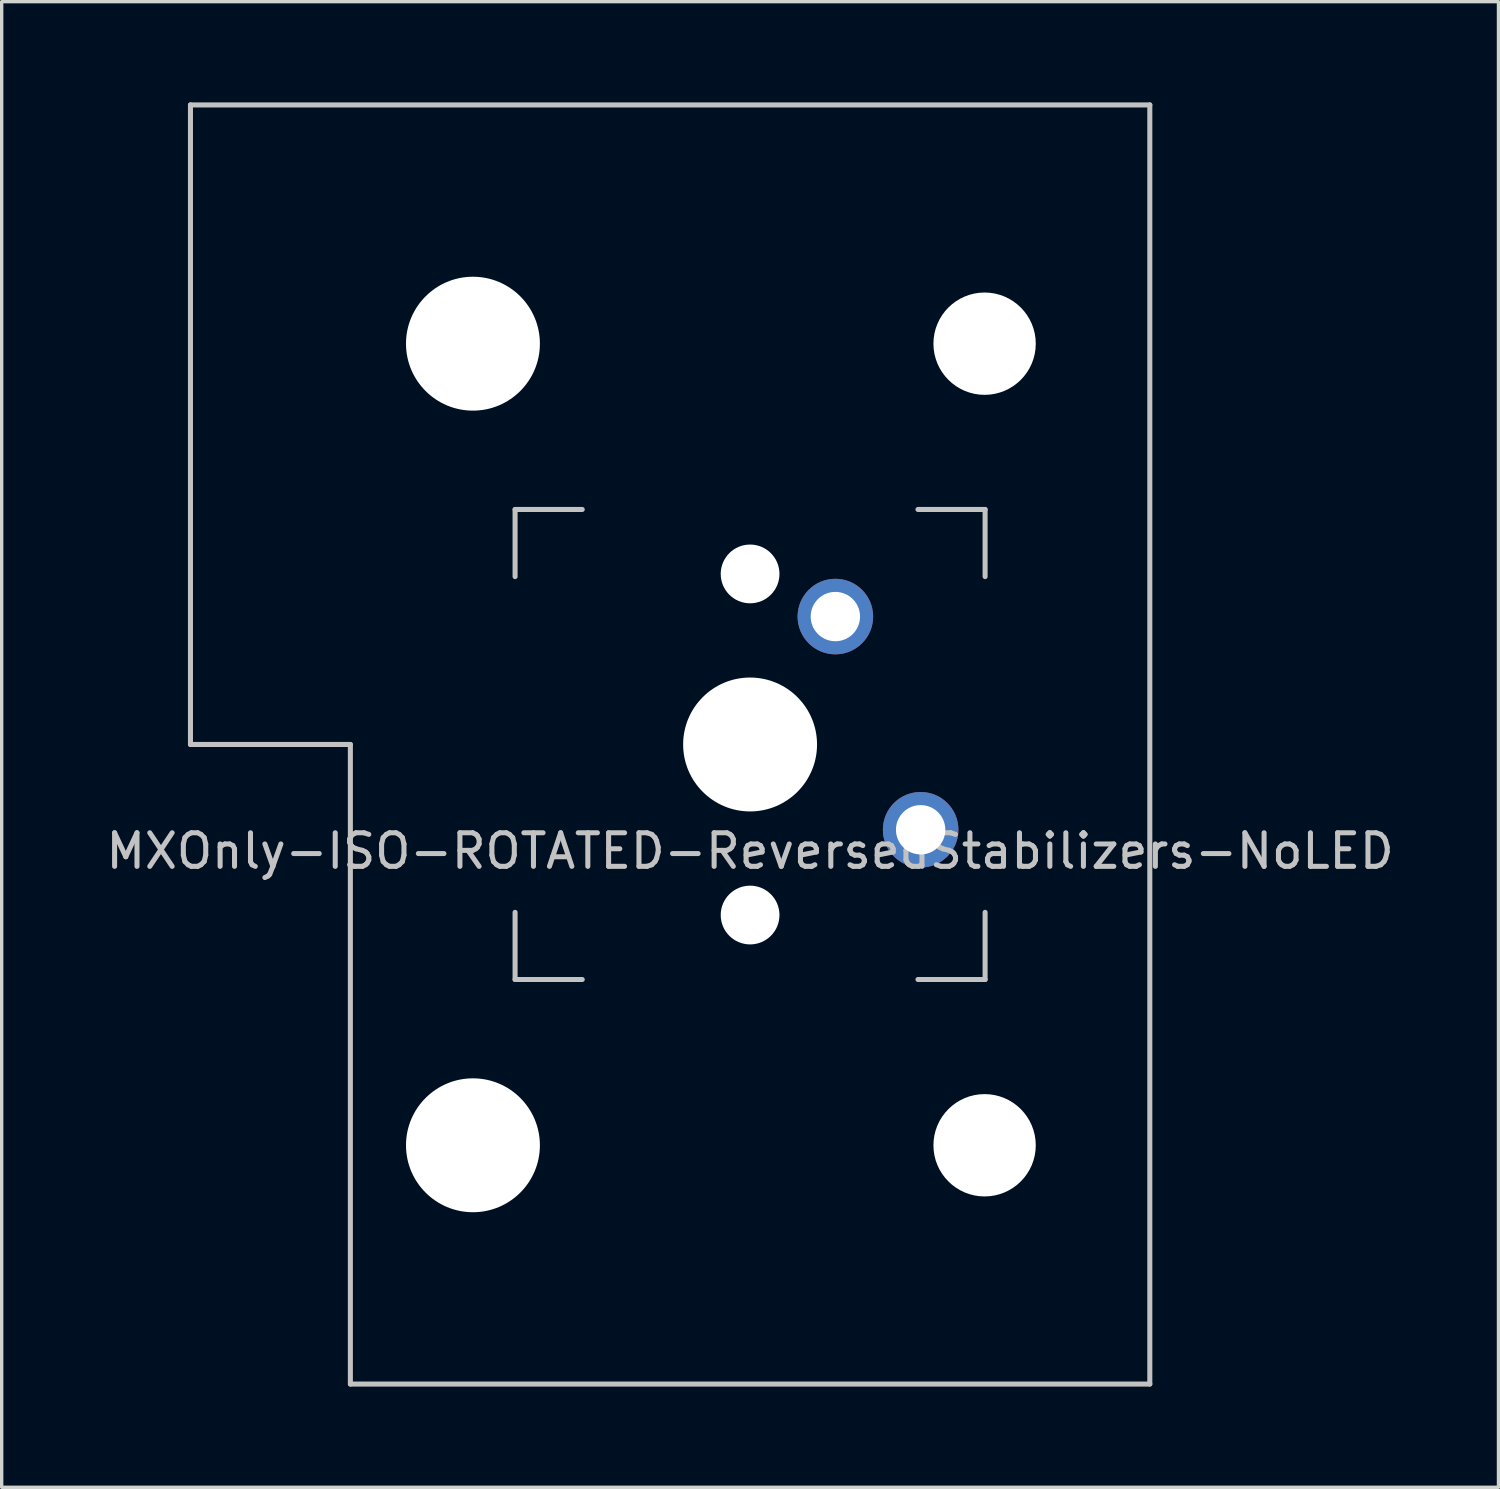
<source format=kicad_pcb>
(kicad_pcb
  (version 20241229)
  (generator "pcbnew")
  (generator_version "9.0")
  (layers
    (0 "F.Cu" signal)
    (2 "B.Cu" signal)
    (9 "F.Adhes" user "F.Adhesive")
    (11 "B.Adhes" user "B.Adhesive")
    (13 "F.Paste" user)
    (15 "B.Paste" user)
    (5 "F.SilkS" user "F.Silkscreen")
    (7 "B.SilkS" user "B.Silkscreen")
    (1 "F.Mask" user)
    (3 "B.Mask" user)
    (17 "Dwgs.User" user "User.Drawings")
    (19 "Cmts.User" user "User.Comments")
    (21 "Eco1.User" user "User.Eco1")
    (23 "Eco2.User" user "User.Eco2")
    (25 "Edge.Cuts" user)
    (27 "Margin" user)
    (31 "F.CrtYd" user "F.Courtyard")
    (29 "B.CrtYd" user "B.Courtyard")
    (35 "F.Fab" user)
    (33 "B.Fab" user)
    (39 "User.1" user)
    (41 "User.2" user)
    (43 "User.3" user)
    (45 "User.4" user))
  (footprint "MXOnly-ISO-ROTATED-ReversedStabilizers-NoLED"
    (layer "F.Cu")
    (at 19.292 19.125)
    (property "Reference" "MXOnly-ISO-ROTATED-ReversedStabilizers-NoLED" (at 0 3.175 0) (layer "Dwgs.User") (effects (font (size 1 1) (thickness 0.15))))
    (attr through_hole)
    (fp_line (start -16.669 -19.05) (end -16.669 0) (stroke (width 0.15) (type solid)) (layer "Dwgs.User"))
    (fp_line (start -16.669 -19.05) (end 11.906 -19.05) (stroke (width 0.15) (type solid)) (layer "Dwgs.User"))
    (fp_line (start -11.906 0) (end -16.669 0) (stroke (width 0.15) (type solid)) (layer "Dwgs.User"))
    (fp_line (start -11.906 19.05) (end -11.906 0) (stroke (width 0.15) (type solid)) (layer "Dwgs.User"))
    (fp_line (start -11.906 19.05) (end 11.906 19.05) (stroke (width 0.15) (type solid)) (layer "Dwgs.User"))
    (fp_line (start -7 -7) (end -7 -5) (stroke (width 0.15) (type solid)) (layer "Dwgs.User"))
    (fp_line (start -7 5) (end -7 7) (stroke (width 0.15) (type solid)) (layer "Dwgs.User"))
    (fp_line (start -7 7) (end -5 7) (stroke (width 0.15) (type solid)) (layer "Dwgs.User"))
    (fp_line (start -5 -7) (end -7 -7) (stroke (width 0.15) (type solid)) (layer "Dwgs.User"))
    (fp_line (start 5 -7) (end 7 -7) (stroke (width 0.15) (type solid)) (layer "Dwgs.User"))
    (fp_line (start 5 7) (end 7 7) (stroke (width 0.15) (type solid)) (layer "Dwgs.User"))
    (fp_line (start 7 -7) (end 7 -5) (stroke (width 0.15) (type solid)) (layer "Dwgs.User"))
    (fp_line (start 7 7) (end 7 5) (stroke (width 0.15) (type solid)) (layer "Dwgs.User"))
    (fp_line (start 11.906 -19.05) (end 11.906 19.05) (stroke (width 0.15) (type solid)) (layer "Dwgs.User"))
    (pad "" np_thru_hole circle (at -8.255 -11.938) (size 3.988 3.988) (drill 3.988) (layers "*.Cu" "*.Mask"))
    (pad "" np_thru_hole circle (at -8.255 11.938) (size 3.988 3.988) (drill 3.988) (layers "*.Cu" "*.Mask"))
    (pad "" np_thru_hole circle (at 0 -5.08 48.1) (size 1.75 1.75) (drill 1.75) (layers "*.Cu" "*.Mask"))
    (pad "" np_thru_hole circle (at 0 0) (size 3.988 3.988) (drill 3.988) (layers "*.Cu" "*.Mask"))
    (pad "" np_thru_hole circle (at 0 5.08 48.1) (size 1.75 1.75) (drill 1.75) (layers "*.Cu" "*.Mask"))
    (pad "" np_thru_hole circle (at 6.985 -11.938) (size 3.048 3.048) (drill 3.048) (layers "*.Cu" "*.Mask"))
    (pad "" np_thru_hole circle (at 6.985 11.938) (size 3.048 3.048) (drill 3.048) (layers "*.Cu" "*.Mask"))
    (pad "1" thru_hole circle (at 2.54 -3.81) (size 2.25 2.25) (drill 1.47) (layers "*.Cu" "*.Mask"))
    (pad "2" thru_hole circle (at 5.08 2.54) (size 2.25 2.25) (drill 1.47) (layers "*.Cu" "*.Mask")))
  (gr_rect
    (start -3 -3)
    (end 41.583 41.25)
    (stroke (width 0.1) (type default))
    (fill no)
    (layer "Edge.Cuts")))
</source>
